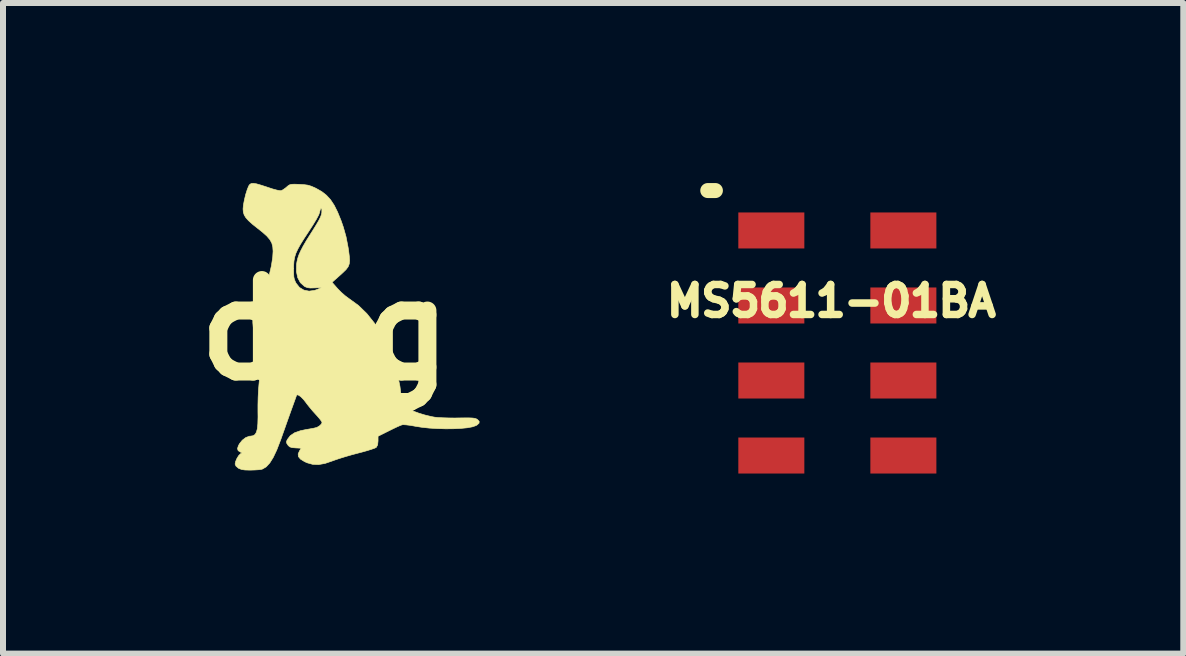
<source format=kicad_pcb>
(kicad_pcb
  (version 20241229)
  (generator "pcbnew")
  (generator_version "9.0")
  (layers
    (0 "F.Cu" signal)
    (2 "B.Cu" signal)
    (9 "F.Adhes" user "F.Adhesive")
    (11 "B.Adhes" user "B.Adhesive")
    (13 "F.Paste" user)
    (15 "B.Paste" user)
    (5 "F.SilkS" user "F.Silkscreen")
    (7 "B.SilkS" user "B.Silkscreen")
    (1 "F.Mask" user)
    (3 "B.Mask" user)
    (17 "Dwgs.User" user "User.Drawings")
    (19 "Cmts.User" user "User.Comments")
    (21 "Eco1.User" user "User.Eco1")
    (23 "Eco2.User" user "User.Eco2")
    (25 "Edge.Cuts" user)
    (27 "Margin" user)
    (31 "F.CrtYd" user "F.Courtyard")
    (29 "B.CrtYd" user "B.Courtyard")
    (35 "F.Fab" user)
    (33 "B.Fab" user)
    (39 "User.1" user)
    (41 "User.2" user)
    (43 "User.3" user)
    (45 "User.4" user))
  (footprint "dog"
    (layer "F.Cu")
    (at 2.366 2.451)
    (property "Reference" "dog" (at 0 0 0) (layer "F.SilkS") (effects (font (size 1.524 1.524) (thickness 0.3))))
    (attr through_hole)
    (fp_poly (pts (xy -1.142 -2.438) (xy -1.069 -2.417) (xy -0.97 -2.385) (xy -0.959 -2.381) (xy -0.871 -2.352) (xy -0.8 -2.333) (xy -0.75 -2.324) (xy -0.731 -2.324) (xy -0.698 -2.341) (xy -0.655 -2.372) (xy -0.64 -2.385) (xy -0.612 -2.409) (xy -0.587 -2.423) (xy -0.557 -2.43) (xy -0.513 -2.432) (xy -0.446 -2.43) (xy -0.426 -2.429) (xy -0.347 -2.424) (xy -0.287 -2.416) (xy -0.234 -2.4) (xy -0.175 -2.375) (xy -0.145 -2.36) (xy -0.055 -2.309) (xy 0.023 -2.248) (xy 0.091 -2.174) (xy 0.152 -2.082) (xy 0.209 -1.968) (xy 0.266 -1.828) (xy 0.305 -1.716) (xy 0.35 -1.556) (xy 0.384 -1.38) (xy 0.392 -1.33) (xy 0.404 -1.232) (xy 0.409 -1.159) (xy 0.403 -1.104) (xy 0.385 -1.057) (xy 0.351 -1.011) (xy 0.298 -0.959) (xy 0.243 -0.909) (xy 0.117 -0.797) (xy 0.212 -0.689) (xy 0.272 -0.628) (xy 0.339 -0.57) (xy 0.401 -0.524) (xy 0.407 -0.52) (xy 0.556 -0.412) (xy 0.697 -0.275) (xy 0.827 -0.112) (xy 0.945 0.071) (xy 1.048 0.271) (xy 1.134 0.485) (xy 1.201 0.708) (xy 1.248 0.936) (xy 1.264 1.065) (xy 1.272 1.139) (xy 1.28 1.189) (xy 1.291 1.222) (xy 1.309 1.248) (xy 1.335 1.274) (xy 1.337 1.276) (xy 1.388 1.311) (xy 1.465 1.347) (xy 1.559 1.382) (xy 1.664 1.414) (xy 1.772 1.44) (xy 1.826 1.45) (xy 1.883 1.456) (xy 1.964 1.46) (xy 2.061 1.463) (xy 2.164 1.464) (xy 2.217 1.463) (xy 2.322 1.462) (xy 2.399 1.462) (xy 2.454 1.464) (xy 2.492 1.469) (xy 2.518 1.477) (xy 2.537 1.487) (xy 2.568 1.519) (xy 2.566 1.55) (xy 2.53 1.582) (xy 2.513 1.591) (xy 2.455 1.611) (xy 2.369 1.627) (xy 2.263 1.637) (xy 2.14 1.643) (xy 2.008 1.644) (xy 1.871 1.64) (xy 1.736 1.632) (xy 1.609 1.618) (xy 1.495 1.6) (xy 1.492 1.599) (xy 1.417 1.586) (xy 1.351 1.578) (xy 1.302 1.575) (xy 1.285 1.577) (xy 1.254 1.588) (xy 1.201 1.611) (xy 1.134 1.643) (xy 1.063 1.678) (xy 0.883 1.768) (xy 0.883 1.847) (xy 0.876 1.912) (xy 0.855 1.951) (xy 0.854 1.953) (xy 0.828 1.966) (xy 0.777 1.984) (xy 0.704 2.007) (xy 0.618 2.031) (xy 0.55 2.049) (xy 0.444 2.077) (xy 0.337 2.108) (xy 0.237 2.139) (xy 0.155 2.167) (xy 0.125 2.178) (xy -0.001 2.221) (xy -0.109 2.24) (xy -0.206 2.236) (xy -0.299 2.21) (xy -0.343 2.19) (xy -0.409 2.149) (xy -0.444 2.107) (xy -0.448 2.062) (xy -0.424 2.009) (xy -0.397 1.967) (xy -0.492 1.962) (xy -0.551 1.957) (xy -0.587 1.945) (xy -0.613 1.923) (xy -0.62 1.913) (xy -0.641 1.88) (xy -0.642 1.853) (xy -0.627 1.821) (xy -0.58 1.759) (xy -0.508 1.71) (xy -0.408 1.675) (xy -0.321 1.657) (xy -0.251 1.645) (xy -0.19 1.634) (xy -0.149 1.624) (xy -0.139 1.622) (xy -0.095 1.597) (xy -0.061 1.565) (xy -0.05 1.537) (xy -0.061 1.516) (xy -0.09 1.477) (xy -0.132 1.428) (xy -0.155 1.403) (xy -0.21 1.342) (xy -0.263 1.278) (xy -0.305 1.225) (xy -0.313 1.213) (xy -0.356 1.158) (xy -0.399 1.114) (xy -0.436 1.086) (xy -0.464 1.077) (xy -0.475 1.086) (xy -0.487 1.121) (xy -0.509 1.182) (xy -0.538 1.262) (xy -0.572 1.356) (xy -0.608 1.457) (xy -0.644 1.558) (xy -0.678 1.655) (xy -0.709 1.741) (xy -0.733 1.81) (xy -0.744 1.839) (xy -0.804 1.995) (xy -0.863 2.12) (xy -0.921 2.213) (xy -0.981 2.278) (xy -1.042 2.314) (xy -1.066 2.321) (xy -1.109 2.326) (xy -1.172 2.33) (xy -1.244 2.332) (xy -1.255 2.332) (xy -1.334 2.33) (xy -1.388 2.322) (xy -1.43 2.307) (xy -1.445 2.299) (xy -1.484 2.265) (xy -1.499 2.231) (xy -1.49 2.188) (xy -1.468 2.137) (xy -1.439 2.09) (xy -1.41 2.061) (xy -1.404 2.057) (xy -1.385 2.047) (xy -1.395 2.038) (xy -1.412 2.031) (xy -1.448 2.008) (xy -1.459 1.973) (xy -1.443 1.924) (xy -1.426 1.893) (xy -1.379 1.834) (xy -1.32 1.789) (xy -1.259 1.767) (xy -1.241 1.766) (xy -1.199 1.759) (xy -1.167 1.739) (xy -1.144 1.701) (xy -1.128 1.642) (xy -1.12 1.559) (xy -1.117 1.448) (xy -1.118 1.361) (xy -1.118 1.245) (xy -1.115 1.119) (xy -1.109 0.997) (xy -1.1 0.894) (xy -1.092 0.807) (xy -1.088 0.727) (xy -1.089 0.647) (xy -1.096 0.561) (xy -1.108 0.464) (xy -1.127 0.35) (xy -1.153 0.212) (xy -1.17 0.125) (xy -1.185 0.04) (xy -1.196 -0.047) (xy -1.203 -0.122) (xy -1.203 -0.148) (xy -1.202 -0.196) (xy -1.196 -0.239) (xy -1.183 -0.283) (xy -1.16 -0.338) (xy -1.124 -0.412) (xy -1.111 -0.439) (xy -1.042 -0.591) (xy -0.981 -0.753) (xy -0.931 -0.915) (xy -0.905 -1.024) (xy -0.524 -1.024) (xy -0.523 -0.944) (xy -0.52 -0.888) (xy -0.511 -0.846) (xy -0.496 -0.809) (xy -0.483 -0.783) (xy -0.426 -0.711) (xy -0.352 -0.667) (xy -0.266 -0.65) (xy -0.173 -0.663) (xy -0.126 -0.68) (xy -0.061 -0.709) (xy -0.176 -0.704) (xy -0.245 -0.702) (xy -0.293 -0.708) (xy -0.331 -0.723) (xy -0.346 -0.732) (xy -0.412 -0.792) (xy -0.456 -0.875) (xy -0.477 -0.977) (xy -0.475 -1.095) (xy -0.468 -1.14) (xy -0.455 -1.197) (xy -0.435 -1.256) (xy -0.406 -1.321) (xy -0.366 -1.398) (xy -0.312 -1.491) (xy -0.241 -1.604) (xy -0.209 -1.654) (xy -0.149 -1.751) (xy -0.105 -1.826) (xy -0.076 -1.884) (xy -0.06 -1.928) (xy -0.054 -1.958) (xy -0.053 -2.009) (xy -0.061 -2.031) (xy -0.074 -2.022) (xy -0.087 -1.983) (xy -0.089 -1.968) (xy -0.105 -1.922) (xy -0.142 -1.852) (xy -0.2 -1.756) (xy -0.273 -1.643) (xy -0.35 -1.526) (xy -0.41 -1.43) (xy -0.454 -1.35) (xy -0.486 -1.281) (xy -0.506 -1.217) (xy -0.518 -1.152) (xy -0.523 -1.081) (xy -0.524 -1.024) (xy -0.905 -1.024) (xy -0.894 -1.072) (xy -0.872 -1.215) (xy -0.866 -1.314) (xy -0.871 -1.387) (xy -0.887 -1.45) (xy -0.919 -1.508) (xy -0.97 -1.568) (xy -1.044 -1.634) (xy -1.116 -1.691) (xy -1.207 -1.763) (xy -1.273 -1.822) (xy -1.319 -1.873) (xy -1.347 -1.919) (xy -1.362 -1.967) (xy -1.366 -2.02) (xy -1.366 -2.021) (xy -1.36 -2.086) (xy -1.344 -2.17) (xy -1.323 -2.259) (xy -1.297 -2.341) (xy -1.272 -2.403) (xy -1.254 -2.428) (xy -1.23 -2.443) (xy -1.194 -2.446) (xy -1.142 -2.438)) (stroke (width 0.01) (type solid)) (fill yes) (layer "F.SilkS")))
  (footprint "MS5611-01BA"
    (layer "F.Cu")
    (at 10.902 2.665)
    (property "Reference" "MS5611-01BA" (at -0.1 -0.7 0) (layer "F.SilkS") (effects (font (size 0.5 0.5) (thickness 0.125))))
    (attr through_hole)
    (fp_line (start -2.159 -2.54) (end -2.032 -2.54) (stroke (width 0.25) (type solid)) (layer "F.SilkS"))
    (pad "1" smd rect (at -1.1 -1.875) (size 1.1 0.6) (layers "F.Cu" "F.Mask" "F.Paste"))
    (pad "2" smd rect (at -1.1 -0.625) (size 1.1 0.6) (layers "F.Cu" "F.Mask" "F.Paste"))
    (pad "3" smd rect (at -1.1 0.625) (size 1.1 0.6) (layers "F.Cu" "F.Mask" "F.Paste"))
    (pad "4" smd rect (at -1.1 1.875) (size 1.1 0.6) (layers "F.Cu" "F.Mask" "F.Paste"))
    (pad "5" smd rect (at 1.1 1.875) (size 1.1 0.6) (layers "F.Cu" "F.Mask" "F.Paste"))
    (pad "6" smd rect (at 1.1 0.625) (size 1.1 0.6) (layers "F.Cu" "F.Mask" "F.Paste"))
    (pad "7" smd rect (at 1.1 -0.625) (size 1.1 0.6) (layers "F.Cu" "F.Mask" "F.Paste"))
    (pad "8" smd rect (at 1.1 -1.875) (size 1.1 0.6) (layers "F.Cu" "F.Mask" "F.Paste")))
  (gr_rect
    (start -3 -3)
    (end 16.666 7.84)
    (stroke (width 0.1) (type default))
    (fill no)
    (layer "Edge.Cuts")))
</source>
